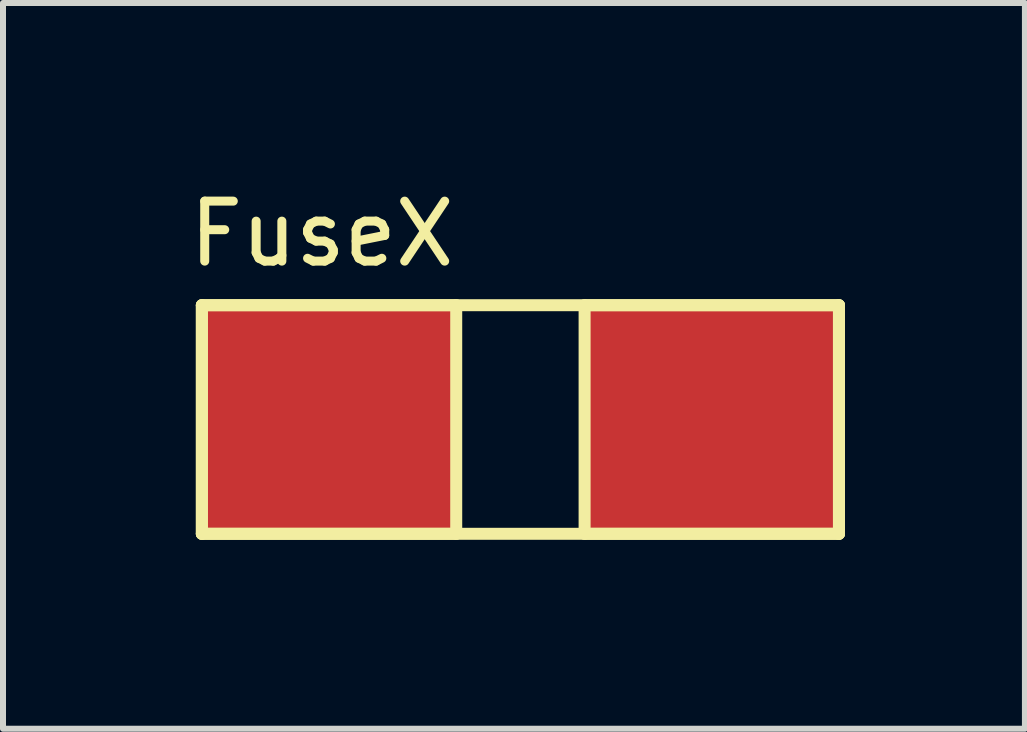
<source format=kicad_pcb>
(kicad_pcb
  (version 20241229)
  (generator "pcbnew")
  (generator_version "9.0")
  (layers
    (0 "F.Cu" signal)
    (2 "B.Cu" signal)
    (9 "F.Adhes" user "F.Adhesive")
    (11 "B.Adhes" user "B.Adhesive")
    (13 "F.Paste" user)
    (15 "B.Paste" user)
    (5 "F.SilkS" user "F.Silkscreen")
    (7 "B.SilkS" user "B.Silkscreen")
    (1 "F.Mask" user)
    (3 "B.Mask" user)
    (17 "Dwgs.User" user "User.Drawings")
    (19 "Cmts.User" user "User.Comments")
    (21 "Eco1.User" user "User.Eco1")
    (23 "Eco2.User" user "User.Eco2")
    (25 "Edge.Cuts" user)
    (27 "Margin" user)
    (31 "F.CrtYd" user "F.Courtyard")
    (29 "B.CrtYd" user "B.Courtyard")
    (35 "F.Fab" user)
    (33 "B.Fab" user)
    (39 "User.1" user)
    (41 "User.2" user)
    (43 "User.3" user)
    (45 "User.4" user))
  (footprint "FuseX"
    (layer "F.Cu")
    (at 0.315 5.848)
    (property "Reference" "FuseX" (at 2 -5 0) (layer "F.SilkS") (effects (font (size 1 1) (thickness 0.15))))
    (attr through_hole)
    (fp_line (start 0 -3.81) (end 0 0) (stroke (width 0.2) (type solid)) (layer "F.SilkS"))
    (fp_line (start 0 -3.81) (end 10.62 -3.81) (stroke (width 0.2) (type solid)) (layer "F.SilkS"))
    (fp_line (start 0 0) (end 0 -3.81) (stroke (width 0.2) (type solid)) (layer "F.SilkS"))
    (fp_line (start 0 0) (end 4.24 0) (stroke (width 0.2) (type solid)) (layer "F.SilkS"))
    (fp_line (start 0 0) (end 10.62 0) (stroke (width 0.2) (type solid)) (layer "F.SilkS"))
    (fp_line (start 4.24 -3.81) (end 0 -3.81) (stroke (width 0.2) (type solid)) (layer "F.SilkS"))
    (fp_line (start 4.24 0) (end 4.24 -3.81) (stroke (width 0.2) (type solid)) (layer "F.SilkS"))
    (fp_line (start 6.38 -3.81) (end 6.38 0) (stroke (width 0.2) (type solid)) (layer "F.SilkS"))
    (fp_line (start 6.38 0) (end 10.62 0) (stroke (width 0.2) (type solid)) (layer "F.SilkS"))
    (fp_line (start 10.62 -3.81) (end 6.38 -3.81) (stroke (width 0.2) (type solid)) (layer "F.SilkS"))
    (fp_line (start 10.62 0) (end 10.62 -3.81) (stroke (width 0.2) (type solid)) (layer "F.SilkS"))
    (fp_line (start 10.62 0) (end 10.62 -3.81) (stroke (width 0.2) (type solid)) (layer "F.SilkS"))
    (pad "1" smd rect (at 2.1 -1.9) (size 4.24 3.81) (layers "F.Cu" "F.Mask" "F.Paste"))
    (pad "2" smd rect (at 8.5 -1.9) (size 4.24 3.81) (layers "F.Cu" "F.Mask" "F.Paste")))
  (gr_rect
    (start -3 -3)
    (end 14.035 9.098)
    (stroke (width 0.1) (type default))
    (fill no)
    (layer "Edge.Cuts")))
</source>
